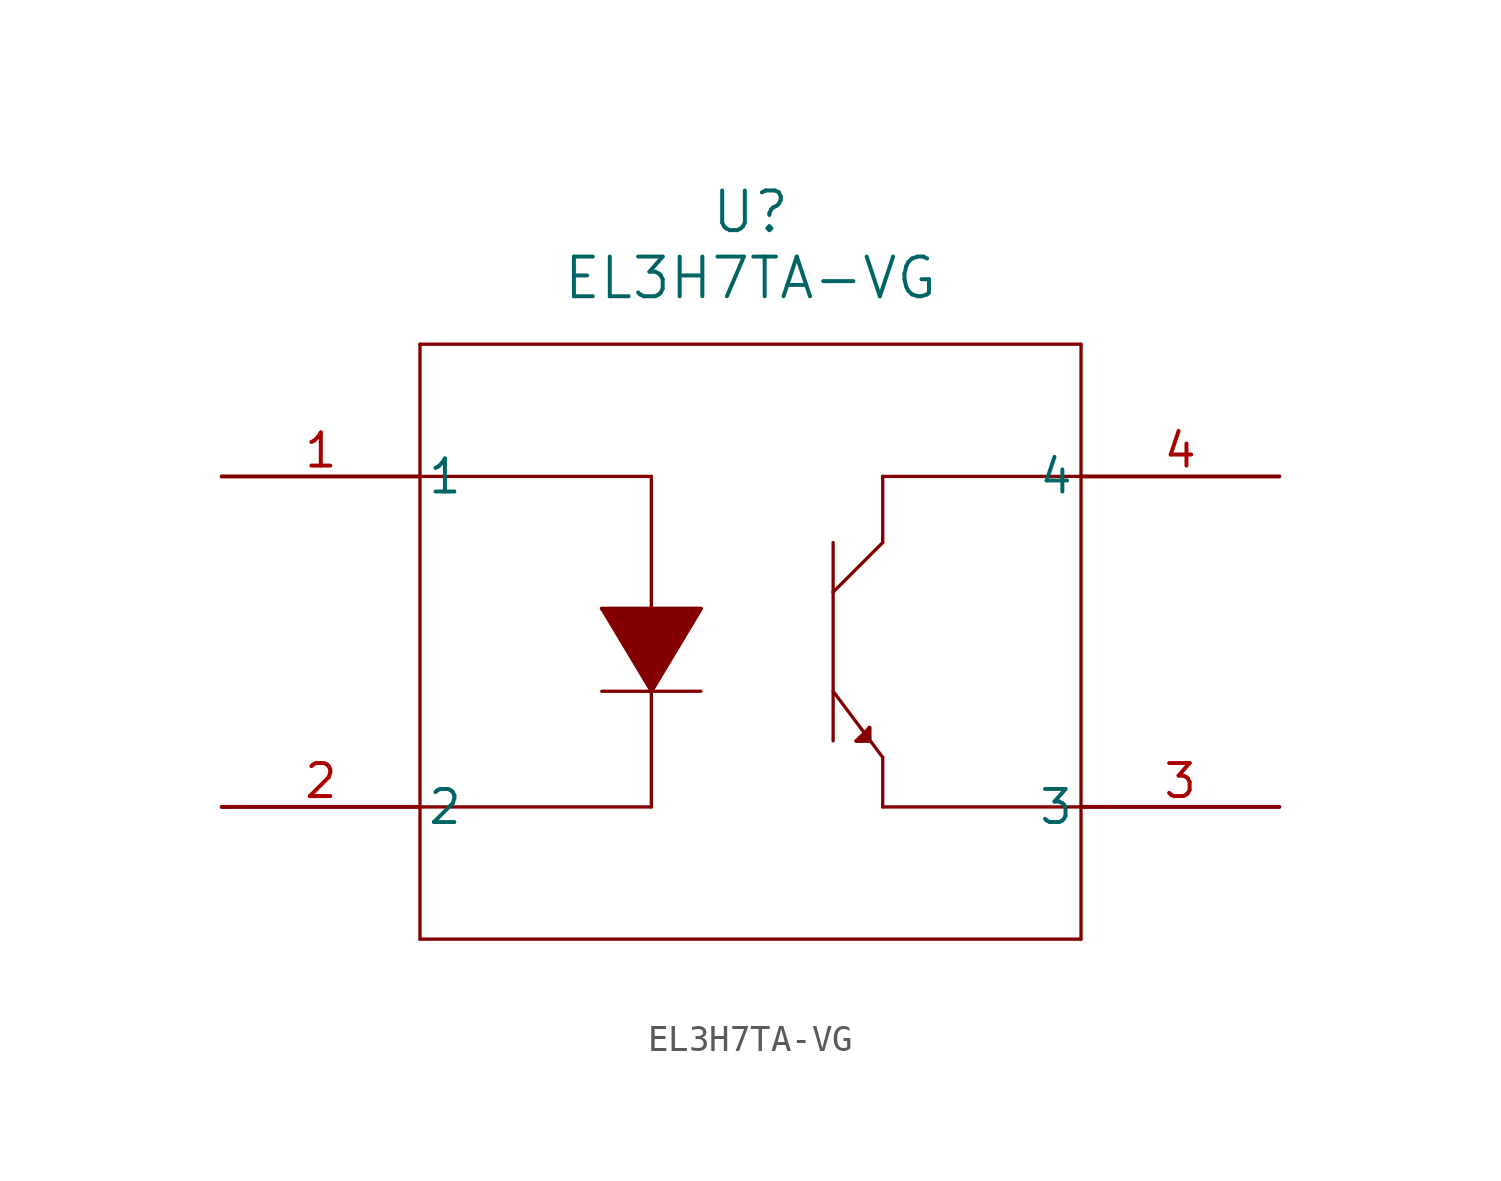
<source format=kicad_sym>
(kicad_symbol_lib
  (version 20211014)
  (generator kicad_symbol_editor)
  (symbol "EL3H7TA-VG"
    (pin_names
      (offset 0.254))
    (property "Reference" "U"
      (at 20.32 10.16 0)
      (effects (font (size 1.524 1.524))))
    (property "Value" "EL3H7TA-VG"
      (at 20.32 7.62 0)
      (effects (font (size 1.524 1.524))))
    (symbol "EL3H7TA-VG_0_1"
      (polyline (pts (xy 7.62 5.08) (xy 7.62 -17.78)) (stroke (width 0.127) (type default) (color 0 0 0 0)) (fill (type none)))
      (polyline (pts (xy 7.62 -17.78) (xy 33.02 -17.78)) (stroke (width 0.127) (type default) (color 0 0 0 0)) (fill (type none)))
      (polyline (pts (xy 33.02 -17.78) (xy 33.02 5.08)) (stroke (width 0.127) (type default) (color 0 0 0 0)) (fill (type none)))
      (polyline (pts (xy 33.02 5.08) (xy 7.62 5.08)) (stroke (width 0.127) (type default) (color 0 0 0 0)) (fill (type none)))
      (polyline (pts (xy 7.62 0) (xy 16.51 0)) (stroke (width 0.127) (type default) (color 0 0 0 0)) (fill (type none)))
      (polyline (pts (xy 16.51 0) (xy 16.51 -5.08)) (stroke (width 0.127) (type default) (color 0 0 0 0)) (fill (type none)))
      (polyline (pts (xy 16.51 -5.08) (xy 14.605 -5.08)) (stroke (width 0.127) (type default) (color 0 0 0 0)) (fill (type none)))
      (polyline (pts (xy 16.51 -5.08) (xy 18.415 -5.08)) (stroke (width 0.127) (type default) (color 0 0 0 0)) (fill (type none)))
      (polyline (pts (xy 18.415 -5.08) (xy 16.51 -8.255)) (stroke (width 0.127) (type default) (color 0 0 0 0)) (fill (type none)))
      (polyline (pts (xy 14.605 -5.08) (xy 16.51 -8.255)) (stroke (width 0.127) (type default) (color 0 0 0 0)) (fill (type none)))
      (polyline (pts (xy 14.605 -8.255) (xy 18.415 -8.255)) (stroke (width 0.127) (type default) (color 0 0 0 0)) (fill (type none)))
      (polyline (pts (xy 7.62 -12.7) (xy 16.51 -12.7)) (stroke (width 0.127) (type default) (color 0 0 0 0)) (fill (type none)))
      (polyline (pts (xy 16.51 -8.255) (xy 16.51 -12.7)) (stroke (width 0.127) (type default) (color 0 0 0 0)) (fill (type none)))
      (polyline (pts (xy 14.605 -5.08) (xy 18.415 -5.08) (xy 16.51 -8.255)) (stroke (width 0) (type default) (color 0 0 0 0)) (fill (type outline)))
      (polyline (pts (xy 33.02 0) (xy 25.4 0)) (stroke (width 0.127) (type default) (color 0 0 0 0)) (fill (type none)))
      (polyline (pts (xy 25.4 0) (xy 25.4 -2.54)) (stroke (width 0.127) (type default) (color 0 0 0 0)) (fill (type none)))
      (polyline (pts (xy 25.4 -2.54) (xy 23.495 -4.445)) (stroke (width 0.127) (type default) (color 0 0 0 0)) (fill (type none)))
      (polyline (pts (xy 23.495 -4.445) (xy 23.495 -2.54)) (stroke (width 0.127) (type default) (color 0 0 0 0)) (fill (type none)))
      (polyline (pts (xy 23.495 -4.445) (xy 23.495 -10.16)) (stroke (width 0.127) (type default) (color 0 0 0 0)) (fill (type none)))
      (polyline (pts (xy 23.495 -8.255) (xy 25.4 -10.795)) (stroke (width 0.127) (type default) (color 0 0 0 0)) (fill (type none)))
      (polyline (pts (xy 25.4 -10.795) (xy 25.4 -12.7)) (stroke (width 0.127) (type default) (color 0 0 0 0)) (fill (type none)))
      (polyline (pts (xy 25.4 -12.7) (xy 33.02 -12.7)) (stroke (width 0.127) (type default) (color 0 0 0 0)) (fill (type none)))
      (polyline (pts (xy 24.384 -10.16) (xy 24.892 -9.652)) (stroke (width 0.127) (type default) (color 0 0 0 0)) (fill (type none)))
      (polyline (pts (xy 24.892 -10.16) (xy 24.892 -9.652)) (stroke (width 0.127) (type default) (color 0 0 0 0)) (fill (type none)))
      (polyline (pts (xy 24.384 -10.16) (xy 24.892 -10.16)) (stroke (width 0.127) (type default) (color 0 0 0 0)) (fill (type none)))
      (polyline (pts (xy 24.384 -10.16) (xy 24.892 -10.16) (xy 24.892 -9.652)) (stroke (width 0) (type default) (color 0 0 0 0)) (fill (type outline)))
      (pin unspecified line (at 0 0 0) (length 7.62) (name "1" (effects (font (size 1.27 1.27)))) (number "1" (effects (font (size 1.27 1.27)))))
      (pin unspecified line (at 0 -12.7 0) (length 7.62) (name "2" (effects (font (size 1.27 1.27)))) (number "2" (effects (font (size 1.27 1.27)))))
      (pin unspecified line (at 40.64 -12.7 180) (length 7.62) (name "3" (effects (font (size 1.27 1.27)))) (number "3" (effects (font (size 1.27 1.27)))))
      (pin unspecified line (at 40.64 0 180) (length 7.62) (name "4" (effects (font (size 1.27 1.27)))) (number "4" (effects (font (size 1.27 1.27))))))))
</source>
